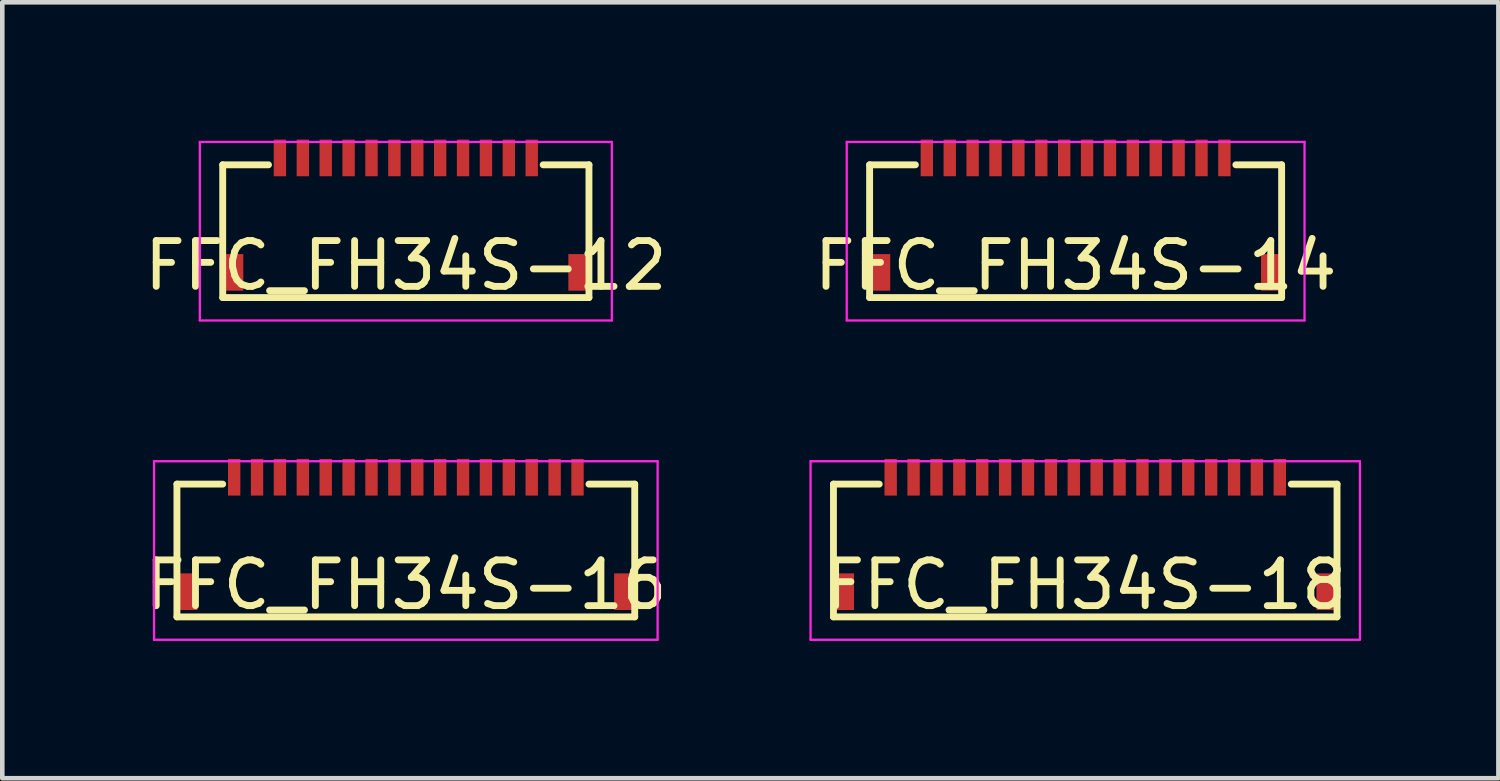
<source format=kicad_pcb>
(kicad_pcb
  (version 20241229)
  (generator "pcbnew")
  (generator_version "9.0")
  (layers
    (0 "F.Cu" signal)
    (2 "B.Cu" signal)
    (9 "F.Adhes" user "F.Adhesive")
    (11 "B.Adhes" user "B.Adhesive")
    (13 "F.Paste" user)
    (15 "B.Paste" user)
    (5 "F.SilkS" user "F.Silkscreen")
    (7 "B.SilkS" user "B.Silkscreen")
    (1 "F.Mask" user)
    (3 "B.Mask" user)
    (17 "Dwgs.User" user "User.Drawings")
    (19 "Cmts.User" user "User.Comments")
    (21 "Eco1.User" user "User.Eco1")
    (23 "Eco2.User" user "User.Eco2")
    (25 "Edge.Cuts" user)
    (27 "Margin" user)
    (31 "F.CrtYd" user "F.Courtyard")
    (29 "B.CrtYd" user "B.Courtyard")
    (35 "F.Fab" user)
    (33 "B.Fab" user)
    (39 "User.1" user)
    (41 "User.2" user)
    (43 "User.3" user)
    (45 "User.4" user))
  (footprint "FFC_FH34S-16"
    (layer "F.Cu")
    (at 5.815 7.525)
    (property "Reference" "FFC_FH34S-16" (at 0 2.2 0) (layer "F.SilkS") (effects (font (size 1 1) (thickness 0.15))))
    (attr through_hole)
    (fp_line (start -5 0) (end -5 2.9) (stroke (width 0.15) (type solid)) (layer "F.SilkS"))
    (fp_line (start -5 2.9) (end 5 2.9) (stroke (width 0.15) (type solid)) (layer "F.SilkS"))
    (fp_line (start -4 0) (end -5 0) (stroke (width 0.15) (type solid)) (layer "F.SilkS"))
    (fp_line (start 5 0) (end 4 0) (stroke (width 0.15) (type solid)) (layer "F.SilkS"))
    (fp_line (start 5 2.9) (end 5 0) (stroke (width 0.15) (type solid)) (layer "F.SilkS"))
    (fp_line (start -5.5 -0.5) (end 5.5 -0.5) (stroke (width 0.05) (type solid)) (layer "F.CrtYd"))
    (fp_line (start -5.5 3.4) (end -5.5 -0.5) (stroke (width 0.05) (type solid)) (layer "F.CrtYd"))
    (fp_line (start 5.5 -0.5) (end 5.5 3.4) (stroke (width 0.05) (type solid)) (layer "F.CrtYd"))
    (fp_line (start 5.5 3.4) (end -5.5 3.4) (stroke (width 0.05) (type solid)) (layer "F.CrtYd"))
    (pad "0" smd rect (at -4.75 2.35) (size 0.4 0.8) (layers "F.Cu" "F.Mask" "F.Paste"))
    (pad "0" smd rect (at 4.75 2.35) (size 0.4 0.8) (layers "F.Cu" "F.Mask" "F.Paste"))
    (pad "1" smd rect (at -3.75 -0.15) (size 0.27 0.8) (layers "F.Cu" "F.Mask" "F.Paste"))
    (pad "2" smd rect (at -3.25 -0.15) (size 0.27 0.8) (layers "F.Cu" "F.Mask" "F.Paste"))
    (pad "3" smd rect (at -2.75 -0.15) (size 0.27 0.8) (layers "F.Cu" "F.Mask" "F.Paste"))
    (pad "4" smd rect (at -2.25 -0.15) (size 0.27 0.8) (layers "F.Cu" "F.Mask" "F.Paste"))
    (pad "5" smd rect (at -1.75 -0.15) (size 0.27 0.8) (layers "F.Cu" "F.Mask" "F.Paste"))
    (pad "6" smd rect (at -1.25 -0.15) (size 0.27 0.8) (layers "F.Cu" "F.Mask" "F.Paste"))
    (pad "7" smd rect (at -0.75 -0.15) (size 0.27 0.8) (layers "F.Cu" "F.Mask" "F.Paste"))
    (pad "8" smd rect (at -0.25 -0.15) (size 0.27 0.8) (layers "F.Cu" "F.Mask" "F.Paste"))
    (pad "9" smd rect (at 0.25 -0.15) (size 0.27 0.8) (layers "F.Cu" "F.Mask" "F.Paste"))
    (pad "10" smd rect (at 0.75 -0.15) (size 0.27 0.8) (layers "F.Cu" "F.Mask" "F.Paste"))
    (pad "11" smd rect (at 1.25 -0.15) (size 0.27 0.8) (layers "F.Cu" "F.Mask" "F.Paste"))
    (pad "12" smd rect (at 1.75 -0.15) (size 0.27 0.8) (layers "F.Cu" "F.Mask" "F.Paste"))
    (pad "13" smd rect (at 2.25 -0.15) (size 0.27 0.8) (layers "F.Cu" "F.Mask" "F.Paste"))
    (pad "14" smd rect (at 2.75 -0.15) (size 0.27 0.8) (layers "F.Cu" "F.Mask" "F.Paste"))
    (pad "15" smd rect (at 3.25 -0.15) (size 0.27 0.8) (layers "F.Cu" "F.Mask" "F.Paste"))
    (pad "16" smd rect (at 3.75 -0.15) (size 0.27 0.8) (layers "F.Cu" "F.Mask" "F.Paste")))
  (footprint "FFC_FH34S-14"
    (layer "F.Cu")
    (at 20.446 0.55)
    (property "Reference" "FFC_FH34S-14" (at 0 2.2 0) (layer "F.SilkS") (effects (font (size 1 1) (thickness 0.15))))
    (attr through_hole)
    (fp_line (start -4.5 0) (end -4.5 2.9) (stroke (width 0.15) (type solid)) (layer "F.SilkS"))
    (fp_line (start -4.5 2.9) (end 4.5 2.9) (stroke (width 0.15) (type solid)) (layer "F.SilkS"))
    (fp_line (start -3.5 0) (end -4.5 0) (stroke (width 0.15) (type solid)) (layer "F.SilkS"))
    (fp_line (start 4.5 0) (end 3.5 0) (stroke (width 0.15) (type solid)) (layer "F.SilkS"))
    (fp_line (start 4.5 2.9) (end 4.5 0) (stroke (width 0.15) (type solid)) (layer "F.SilkS"))
    (fp_line (start -5 -0.5) (end 5 -0.5) (stroke (width 0.05) (type solid)) (layer "F.CrtYd"))
    (fp_line (start -5 3.4) (end -5 -0.5) (stroke (width 0.05) (type solid)) (layer "F.CrtYd"))
    (fp_line (start 5 -0.5) (end 5 3.4) (stroke (width 0.05) (type solid)) (layer "F.CrtYd"))
    (fp_line (start 5 3.4) (end -5 3.4) (stroke (width 0.05) (type solid)) (layer "F.CrtYd"))
    (pad "0" smd rect (at -4.25 2.35) (size 0.4 0.8) (layers "F.Cu" "F.Mask" "F.Paste"))
    (pad "0" smd rect (at 4.25 2.35) (size 0.4 0.8) (layers "F.Cu" "F.Mask" "F.Paste"))
    (pad "1" smd rect (at -3.25 -0.15) (size 0.27 0.8) (layers "F.Cu" "F.Mask" "F.Paste"))
    (pad "2" smd rect (at -2.75 -0.15) (size 0.27 0.8) (layers "F.Cu" "F.Mask" "F.Paste"))
    (pad "3" smd rect (at -2.25 -0.15) (size 0.27 0.8) (layers "F.Cu" "F.Mask" "F.Paste"))
    (pad "4" smd rect (at -1.75 -0.15) (size 0.27 0.8) (layers "F.Cu" "F.Mask" "F.Paste"))
    (pad "5" smd rect (at -1.25 -0.15) (size 0.27 0.8) (layers "F.Cu" "F.Mask" "F.Paste"))
    (pad "6" smd rect (at -0.75 -0.15) (size 0.27 0.8) (layers "F.Cu" "F.Mask" "F.Paste"))
    (pad "7" smd rect (at -0.25 -0.15) (size 0.27 0.8) (layers "F.Cu" "F.Mask" "F.Paste"))
    (pad "8" smd rect (at 0.25 -0.15) (size 0.27 0.8) (layers "F.Cu" "F.Mask" "F.Paste"))
    (pad "9" smd rect (at 0.75 -0.15) (size 0.27 0.8) (layers "F.Cu" "F.Mask" "F.Paste"))
    (pad "10" smd rect (at 1.25 -0.15) (size 0.27 0.8) (layers "F.Cu" "F.Mask" "F.Paste"))
    (pad "11" smd rect (at 1.75 -0.15) (size 0.27 0.8) (layers "F.Cu" "F.Mask" "F.Paste"))
    (pad "12" smd rect (at 2.25 -0.15) (size 0.27 0.8) (layers "F.Cu" "F.Mask" "F.Paste"))
    (pad "13" smd rect (at 2.75 -0.15) (size 0.27 0.8) (layers "F.Cu" "F.Mask" "F.Paste"))
    (pad "14" smd rect (at 3.25 -0.15) (size 0.27 0.8) (layers "F.Cu" "F.Mask" "F.Paste")))
  (footprint "FFC_FH34S-18"
    (layer "F.Cu")
    (at 20.656 7.525)
    (property "Reference" "FFC_FH34S-18" (at 0 2.2 0) (layer "F.SilkS") (effects (font (size 1 1) (thickness 0.15))))
    (attr through_hole)
    (fp_line (start -5.5 0) (end -5.5 2.9) (stroke (width 0.15) (type solid)) (layer "F.SilkS"))
    (fp_line (start -5.5 2.9) (end 5.5 2.9) (stroke (width 0.15) (type solid)) (layer "F.SilkS"))
    (fp_line (start -4.5 0) (end -5.5 0) (stroke (width 0.15) (type solid)) (layer "F.SilkS"))
    (fp_line (start 5.5 0) (end 4.5 0) (stroke (width 0.15) (type solid)) (layer "F.SilkS"))
    (fp_line (start 5.5 2.9) (end 5.5 0) (stroke (width 0.15) (type solid)) (layer "F.SilkS"))
    (fp_line (start -6 -0.5) (end 6 -0.5) (stroke (width 0.05) (type solid)) (layer "F.CrtYd"))
    (fp_line (start -6 3.4) (end -6 -0.5) (stroke (width 0.05) (type solid)) (layer "F.CrtYd"))
    (fp_line (start 6 -0.5) (end 6 3.4) (stroke (width 0.05) (type solid)) (layer "F.CrtYd"))
    (fp_line (start 6 3.4) (end -6 3.4) (stroke (width 0.05) (type solid)) (layer "F.CrtYd"))
    (pad "0" smd rect (at -5.25 2.35) (size 0.4 0.8) (layers "F.Cu" "F.Mask" "F.Paste"))
    (pad "0" smd rect (at 5.25 2.35) (size 0.4 0.8) (layers "F.Cu" "F.Mask" "F.Paste"))
    (pad "1" smd rect (at -4.25 -0.15) (size 0.27 0.8) (layers "F.Cu" "F.Mask" "F.Paste"))
    (pad "2" smd rect (at -3.75 -0.15) (size 0.27 0.8) (layers "F.Cu" "F.Mask" "F.Paste"))
    (pad "3" smd rect (at -3.25 -0.15) (size 0.27 0.8) (layers "F.Cu" "F.Mask" "F.Paste"))
    (pad "4" smd rect (at -2.75 -0.15) (size 0.27 0.8) (layers "F.Cu" "F.Mask" "F.Paste"))
    (pad "5" smd rect (at -2.25 -0.15) (size 0.27 0.8) (layers "F.Cu" "F.Mask" "F.Paste"))
    (pad "6" smd rect (at -1.75 -0.15) (size 0.27 0.8) (layers "F.Cu" "F.Mask" "F.Paste"))
    (pad "7" smd rect (at -1.25 -0.15) (size 0.27 0.8) (layers "F.Cu" "F.Mask" "F.Paste"))
    (pad "8" smd rect (at -0.75 -0.15) (size 0.27 0.8) (layers "F.Cu" "F.Mask" "F.Paste"))
    (pad "9" smd rect (at -0.25 -0.15) (size 0.27 0.8) (layers "F.Cu" "F.Mask" "F.Paste"))
    (pad "10" smd rect (at 0.25 -0.15) (size 0.27 0.8) (layers "F.Cu" "F.Mask" "F.Paste"))
    (pad "11" smd rect (at 0.75 -0.15) (size 0.27 0.8) (layers "F.Cu" "F.Mask" "F.Paste"))
    (pad "12" smd rect (at 1.25 -0.15) (size 0.27 0.8) (layers "F.Cu" "F.Mask" "F.Paste"))
    (pad "13" smd rect (at 1.75 -0.15) (size 0.27 0.8) (layers "F.Cu" "F.Mask" "F.Paste"))
    (pad "14" smd rect (at 2.25 -0.15) (size 0.27 0.8) (layers "F.Cu" "F.Mask" "F.Paste"))
    (pad "15" smd rect (at 2.75 -0.15) (size 0.27 0.8) (layers "F.Cu" "F.Mask" "F.Paste"))
    (pad "16" smd rect (at 3.25 -0.15) (size 0.27 0.8) (layers "F.Cu" "F.Mask" "F.Paste"))
    (pad "17" smd rect (at 3.75 -0.15) (size 0.27 0.8) (layers "F.Cu" "F.Mask" "F.Paste"))
    (pad "18" smd rect (at 4.25 -0.15) (size 0.27 0.8) (layers "F.Cu" "F.Mask" "F.Paste")))
  (footprint "FFC_FH34S-12"
    (layer "F.Cu")
    (at 5.815 0.55)
    (property "Reference" "FFC_FH34S-12" (at 0 2.2 0) (layer "F.SilkS") (effects (font (size 1 1) (thickness 0.15))))
    (attr through_hole)
    (fp_line (start -4 0) (end -4 2.9) (stroke (width 0.15) (type solid)) (layer "F.SilkS"))
    (fp_line (start -4 2.9) (end 4 2.9) (stroke (width 0.15) (type solid)) (layer "F.SilkS"))
    (fp_line (start -3 0) (end -4 0) (stroke (width 0.15) (type solid)) (layer "F.SilkS"))
    (fp_line (start 4 0) (end 3 0) (stroke (width 0.15) (type solid)) (layer "F.SilkS"))
    (fp_line (start 4 2.9) (end 4 0) (stroke (width 0.15) (type solid)) (layer "F.SilkS"))
    (fp_line (start -4.5 -0.5) (end 4.5 -0.5) (stroke (width 0.05) (type solid)) (layer "F.CrtYd"))
    (fp_line (start -4.5 3.4) (end -4.5 -0.5) (stroke (width 0.05) (type solid)) (layer "F.CrtYd"))
    (fp_line (start 4.5 -0.5) (end 4.5 3.4) (stroke (width 0.05) (type solid)) (layer "F.CrtYd"))
    (fp_line (start 4.5 3.4) (end -4.5 3.4) (stroke (width 0.05) (type solid)) (layer "F.CrtYd"))
    (pad "0" smd rect (at -3.75 2.35) (size 0.4 0.8) (layers "F.Cu" "F.Mask" "F.Paste"))
    (pad "0" smd rect (at 3.75 2.35) (size 0.4 0.8) (layers "F.Cu" "F.Mask" "F.Paste"))
    (pad "1" smd rect (at -2.75 -0.15) (size 0.27 0.8) (layers "F.Cu" "F.Mask" "F.Paste"))
    (pad "2" smd rect (at -2.25 -0.15) (size 0.27 0.8) (layers "F.Cu" "F.Mask" "F.Paste"))
    (pad "3" smd rect (at -1.75 -0.15) (size 0.27 0.8) (layers "F.Cu" "F.Mask" "F.Paste"))
    (pad "4" smd rect (at -1.25 -0.15) (size 0.27 0.8) (layers "F.Cu" "F.Mask" "F.Paste"))
    (pad "5" smd rect (at -0.75 -0.15) (size 0.27 0.8) (layers "F.Cu" "F.Mask" "F.Paste"))
    (pad "6" smd rect (at -0.25 -0.15) (size 0.27 0.8) (layers "F.Cu" "F.Mask" "F.Paste"))
    (pad "7" smd rect (at 0.25 -0.15) (size 0.27 0.8) (layers "F.Cu" "F.Mask" "F.Paste"))
    (pad "8" smd rect (at 0.75 -0.15) (size 0.27 0.8) (layers "F.Cu" "F.Mask" "F.Paste"))
    (pad "9" smd rect (at 1.25 -0.15) (size 0.27 0.8) (layers "F.Cu" "F.Mask" "F.Paste"))
    (pad "10" smd rect (at 1.75 -0.15) (size 0.27 0.8) (layers "F.Cu" "F.Mask" "F.Paste"))
    (pad "11" smd rect (at 2.25 -0.15) (size 0.27 0.8) (layers "F.Cu" "F.Mask" "F.Paste"))
    (pad "12" smd rect (at 2.75 -0.15) (size 0.27 0.8) (layers "F.Cu" "F.Mask" "F.Paste")))
  (gr_rect
    (start -3 -3)
    (end 29.681 13.95)
    (stroke (width 0.1) (type default))
    (fill no)
    (layer "Edge.Cuts")))
</source>
